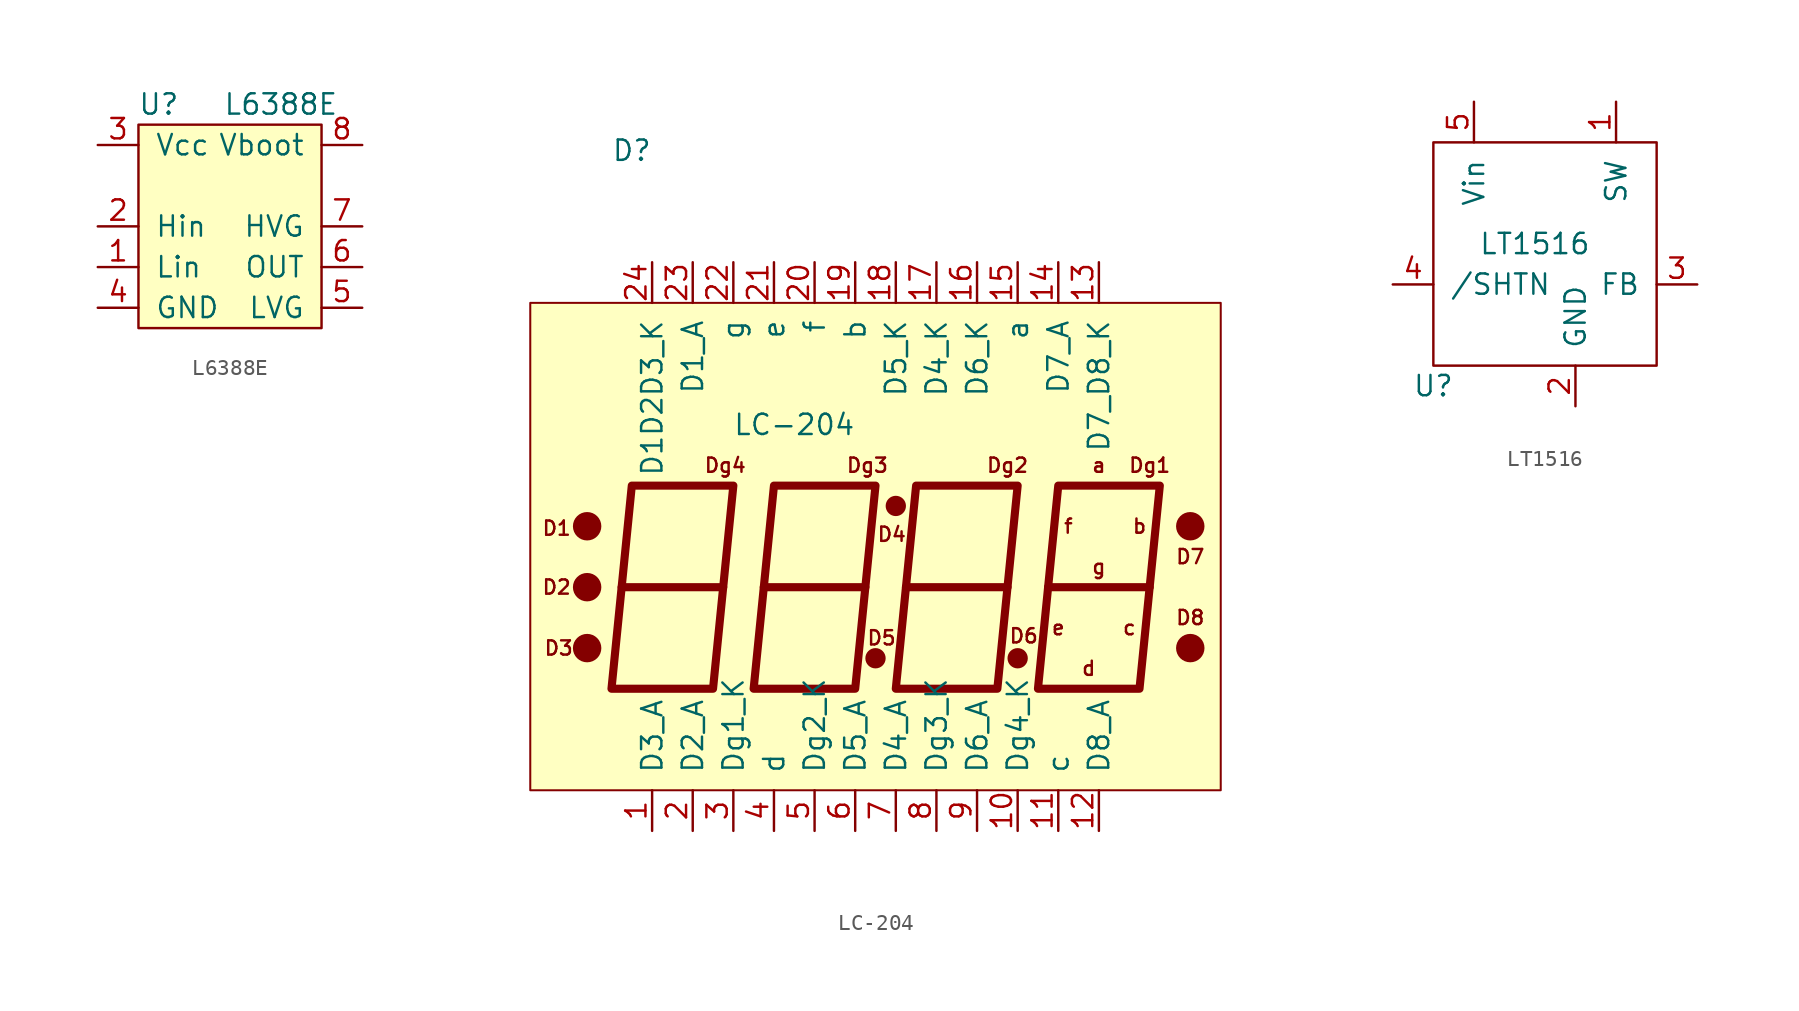
<source format=kicad_sym>
(kicad_symbol_lib
  (version 20241209)
  (generator "kicad_symbol_editor")
  (generator_version "9.0")
  (symbol "L6388E"
    (pin_names
      (offset 1.016))
    (property "Reference" "U"
      (at -5.08 7.62 0)
      (effects (font (size 1.27 1.27))))
    (property "Value" "L6388E"
      (at 2.54 7.62 0)
      (effects (font (size 1.27 1.27))))
    (symbol "L6388E_0_0"
      (pin power_in line (at -8.89 5.08 0) (length 2.54) (name "Vcc" (effects (font (size 1.27 1.27)))) (number "3" (effects (font (size 1.27 1.27)))))
      (pin input line (at -8.89 0 0) (length 2.54) (name "Hin" (effects (font (size 1.27 1.27)))) (number "2" (effects (font (size 1.27 1.27)))))
      (pin input line (at -8.89 -2.54 0) (length 2.54) (name "Lin" (effects (font (size 1.27 1.27)))) (number "1" (effects (font (size 1.27 1.27)))))
      (pin power_in line (at -8.89 -5.08 0) (length 2.54) (name "GND" (effects (font (size 1.27 1.27)))) (number "4" (effects (font (size 1.27 1.27)))))
      (pin output line (at 7.62 5.08 180) (length 2.54) (name "Vboot" (effects (font (size 1.27 1.27)))) (number "8" (effects (font (size 1.27 1.27)))))
      (pin output line (at 7.62 0 180) (length 2.54) (name "HVG" (effects (font (size 1.27 1.27)))) (number "7" (effects (font (size 1.27 1.27)))))
      (pin output line (at 7.62 -2.54 180) (length 2.54) (name "OUT" (effects (font (size 1.27 1.27)))) (number "6" (effects (font (size 1.27 1.27)))))
      (pin output line (at 7.62 -5.08 180) (length 2.54) (name "LVG" (effects (font (size 1.27 1.27)))) (number "5" (effects (font (size 1.27 1.27))))))
    (symbol "L6388E_0_1"
      (rectangle (start -6.35 6.35) (end 5.08 -6.35) (stroke (width 0) (type solid)) (fill (type background)))))
  (symbol "LC-204"
    (pin_names
      (offset 1.016))
    (property "Reference" "D"
      (at -25.4 27.305 0)
      (effects (font (size 1.27 1.27))))
    (property "Value" "LC-204"
      (at -15.24 10.16 0)
      (effects (font (size 1.27 1.27))))
    (symbol "LC-204_0_0"
      (rectangle (start -31.75 17.78) (end 11.43 -12.7) (stroke (width 0.127) (type solid)) (fill (type background)))
      (text "D1" (at -30.099 3.683 0) (effects (font (size 0.889 0.889))))
      (text "D2" (at -30.099 0 0) (effects (font (size 0.889 0.889))))
      (text "D3" (at -29.972 -3.81 0) (effects (font (size 0.889 0.889))))
      (text "Dg4" (at -19.558 7.62 0) (effects (font (size 0.889 0.889))))
      (text "Dg3" (at -10.668 7.62 0) (effects (font (size 0.889 0.889))))
      (text "D5" (at -9.779 -3.175 0) (effects (font (size 0.889 0.889))))
      (text "D4" (at -9.144 3.302 0) (effects (font (size 0.889 0.889))))
      (text "Dg2" (at -1.905 7.62 0) (effects (font (size 0.889 0.889))))
      (text "D6" (at -0.889 -3.048 0) (effects (font (size 0.889 0.889))))
      (text "e" (at 1.27 -2.54 0) (effects (font (size 0.889 0.889))))
      (text "f" (at 1.905 3.81 0) (effects (font (size 0.889 0.889))))
      (text "d" (at 3.175 -5.08 0) (effects (font (size 0.889 0.889))))
      (text "a" (at 3.81 7.62 0) (effects (font (size 0.889 0.889))))
      (text "g" (at 3.81 1.27 0) (effects (font (size 0.889 0.889))))
      (text "c" (at 5.715 -2.54 0) (effects (font (size 0.889 0.889))))
      (text "b" (at 6.35 3.81 0) (effects (font (size 0.889 0.889))))
      (text "Dg1" (at 6.985 7.62 0) (effects (font (size 0.889 0.889))))
      (text "D7" (at 9.525 1.905 0) (effects (font (size 0.889 0.889))))
      (text "D8" (at 9.525 -1.905 0) (effects (font (size 0.889 0.889))))
      (pin unspecified line (at -24.13 20.32 270) (length 2.54) (name "D1D2D3_K" (effects (font (size 1.27 1.27)))) (number "24" (effects (font (size 1.27 1.27)))))
      (pin unspecified line (at -24.13 -15.24 90) (length 2.54) (name "D3_A" (effects (font (size 1.27 1.27)))) (number "1" (effects (font (size 1.27 1.27)))))
      (pin unspecified line (at -21.59 20.32 270) (length 2.54) (name "D1_A" (effects (font (size 1.27 1.27)))) (number "23" (effects (font (size 1.27 1.27)))))
      (pin unspecified line (at -21.59 -15.24 90) (length 2.54) (name "D2_A" (effects (font (size 1.27 1.27)))) (number "2" (effects (font (size 1.27 1.27)))))
      (pin unspecified line (at -19.05 20.32 270) (length 2.54) (name "g" (effects (font (size 1.27 1.27)))) (number "22" (effects (font (size 1.27 1.27)))))
      (pin unspecified line (at -19.05 -15.24 90) (length 2.54) (name "Dg1_K" (effects (font (size 1.27 1.27)))) (number "3" (effects (font (size 1.27 1.27)))))
      (pin unspecified line (at -16.51 20.32 270) (length 2.54) (name "e" (effects (font (size 1.27 1.27)))) (number "21" (effects (font (size 1.27 1.27)))))
      (pin unspecified line (at -16.51 -15.24 90) (length 2.54) (name "d" (effects (font (size 1.27 1.27)))) (number "4" (effects (font (size 1.27 1.27)))))
      (pin unspecified line (at -13.97 20.32 270) (length 2.54) (name "f" (effects (font (size 1.27 1.27)))) (number "20" (effects (font (size 1.27 1.27)))))
      (pin unspecified line (at -13.97 -15.24 90) (length 2.54) (name "Dg2_K" (effects (font (size 1.27 1.27)))) (number "5" (effects (font (size 1.27 1.27)))))
      (pin unspecified line (at -11.43 20.32 270) (length 2.54) (name "b" (effects (font (size 1.27 1.27)))) (number "19" (effects (font (size 1.27 1.27)))))
      (pin unspecified line (at -11.43 -15.24 90) (length 2.54) (name "D5_A" (effects (font (size 1.27 1.27)))) (number "6" (effects (font (size 1.27 1.27)))))
      (pin unspecified line (at -8.89 20.32 270) (length 2.54) (name "D5_K" (effects (font (size 1.27 1.27)))) (number "18" (effects (font (size 1.27 1.27)))))
      (pin unspecified line (at -8.89 -15.24 90) (length 2.54) (name "D4_A" (effects (font (size 1.27 1.27)))) (number "7" (effects (font (size 1.27 1.27)))))
      (pin unspecified line (at -6.35 20.32 270) (length 2.54) (name "D4_K" (effects (font (size 1.27 1.27)))) (number "17" (effects (font (size 1.27 1.27)))))
      (pin unspecified line (at -6.35 -15.24 90) (length 2.54) (name "Dg3_K" (effects (font (size 1.27 1.27)))) (number "8" (effects (font (size 1.27 1.27)))))
      (pin unspecified line (at -3.81 20.32 270) (length 2.54) (name "D6_K" (effects (font (size 1.27 1.27)))) (number "16" (effects (font (size 1.27 1.27)))))
      (pin unspecified line (at -3.81 -15.24 90) (length 2.54) (name "D6_A" (effects (font (size 1.27 1.27)))) (number "9" (effects (font (size 1.27 1.27)))))
      (pin unspecified line (at -1.27 20.32 270) (length 2.54) (name "a" (effects (font (size 1.27 1.27)))) (number "15" (effects (font (size 1.27 1.27)))))
      (pin unspecified line (at -1.27 -15.24 90) (length 2.54) (name "Dg4_K" (effects (font (size 1.27 1.27)))) (number "10" (effects (font (size 1.27 1.27)))))
      (pin unspecified line (at 1.27 20.32 270) (length 2.54) (name "D7_A" (effects (font (size 1.27 1.27)))) (number "14" (effects (font (size 1.27 1.27)))))
      (pin unspecified line (at 1.27 -15.24 90) (length 2.54) (name "c" (effects (font (size 1.27 1.27)))) (number "11" (effects (font (size 1.27 1.27)))))
      (pin unspecified line (at 3.81 20.32 270) (length 2.54) (name "D7_D8_K" (effects (font (size 1.27 1.27)))) (number "13" (effects (font (size 1.27 1.27)))))
      (pin unspecified line (at 3.81 -15.24 90) (length 2.54) (name "D8_A" (effects (font (size 1.27 1.27)))) (number "12" (effects (font (size 1.27 1.27))))))
    (symbol "LC-204_0_1"
      (circle (center -28.194 3.81) (radius 0.635) (stroke (width 0.508) (type solid)) (fill (type outline)))
      (circle (center -28.194 0) (radius 0.635) (stroke (width 0.508) (type solid)) (fill (type outline)))
      (circle (center -28.194 -3.81) (radius 0.635) (stroke (width 0.508) (type solid)) (fill (type outline)))
      (polyline (pts (xy -26.035 0) (xy -26.67 -6.35) (xy -20.32 -6.35) (xy -19.685 0)) (stroke (width 0.508) (type solid)) (fill (type none)))
      (polyline (pts (xy -25.4 6.35) (xy -26.035 0) (xy -20.32 0) (xy -19.685 0) (xy -19.05 6.35) (xy -25.4 6.35)) (stroke (width 0.508) (type solid)) (fill (type none)))
      (polyline (pts (xy -17.145 0) (xy -17.78 -6.35) (xy -11.43 -6.35) (xy -10.795 0)) (stroke (width 0.508) (type solid)) (fill (type none)))
      (polyline (pts (xy -16.51 6.35) (xy -17.145 0) (xy -11.43 0) (xy -10.795 0) (xy -10.16 6.35) (xy -16.51 6.35)) (stroke (width 0.508) (type solid)) (fill (type none)))
      (circle (center -10.16 -4.445) (radius 0.381) (stroke (width 0.508) (type solid)) (fill (type outline)))
      (circle (center -8.89 5.08) (radius 0.381) (stroke (width 0.508) (type solid)) (fill (type outline)))
      (polyline (pts (xy -8.255 0) (xy -8.89 -6.35) (xy -2.54 -6.35) (xy -1.905 0)) (stroke (width 0.508) (type solid)) (fill (type none)))
      (polyline (pts (xy -7.62 6.35) (xy -8.255 0) (xy -2.54 0) (xy -1.905 0) (xy -1.27 6.35) (xy -7.62 6.35)) (stroke (width 0.508) (type solid)) (fill (type none)))
      (circle (center -1.27 -4.445) (radius 0.381) (stroke (width 0.508) (type solid)) (fill (type outline)))
      (polyline (pts (xy 0.635 0) (xy 0 -6.35) (xy 6.35 -6.35) (xy 6.985 0)) (stroke (width 0.508) (type solid)) (fill (type none)))
      (polyline (pts (xy 1.27 6.35) (xy 0.635 0) (xy 6.35 0) (xy 6.985 0) (xy 7.62 6.35) (xy 1.27 6.35)) (stroke (width 0.508) (type solid)) (fill (type none)))
      (circle (center 9.525 3.81) (radius 0.635) (stroke (width 0.508) (type solid)) (fill (type outline)))
      (circle (center 9.525 -3.81) (radius 0.635) (stroke (width 0.508) (type solid)) (fill (type outline)))))
  (symbol "LT1516"
    (pin_names
      (offset 1.016))
    (property "Reference" "U"
      (at -6.35 -7.62 0)
      (effects (font (size 1.27 1.27))))
    (property "Value" "LT1516"
      (at 0 1.27 0)
      (effects (font (size 1.27 1.27))))
    (symbol "LT1516_0_0"
      (pin input line (at -8.89 -1.27 0) (length 2.54) (name "/SHTN" (effects (font (size 1.27 1.27)))) (number "4" (effects (font (size 1.27 1.27)))))
      (pin power_in line (at -3.81 10.16 270) (length 2.54) (name "Vin" (effects (font (size 1.27 1.27)))) (number "5" (effects (font (size 1.27 1.27)))))
      (pin power_in line (at 2.54 -8.89 90) (length 2.54) (name "GND" (effects (font (size 1.27 1.27)))) (number "2" (effects (font (size 1.27 1.27)))))
      (pin open_collector line (at 5.08 10.16 270) (length 2.54) (name "SW" (effects (font (size 1.27 1.27)))) (number "1" (effects (font (size 1.27 1.27)))))
      (pin input line (at 10.16 -1.27 180) (length 2.54) (name "FB" (effects (font (size 1.27 1.27)))) (number "3" (effects (font (size 1.27 1.27))))))
    (symbol "LT1516_0_1"
      (rectangle (start -6.35 7.62) (end 7.62 -6.35) (stroke (width 0) (type solid)) (fill (type none))))))
</source>
